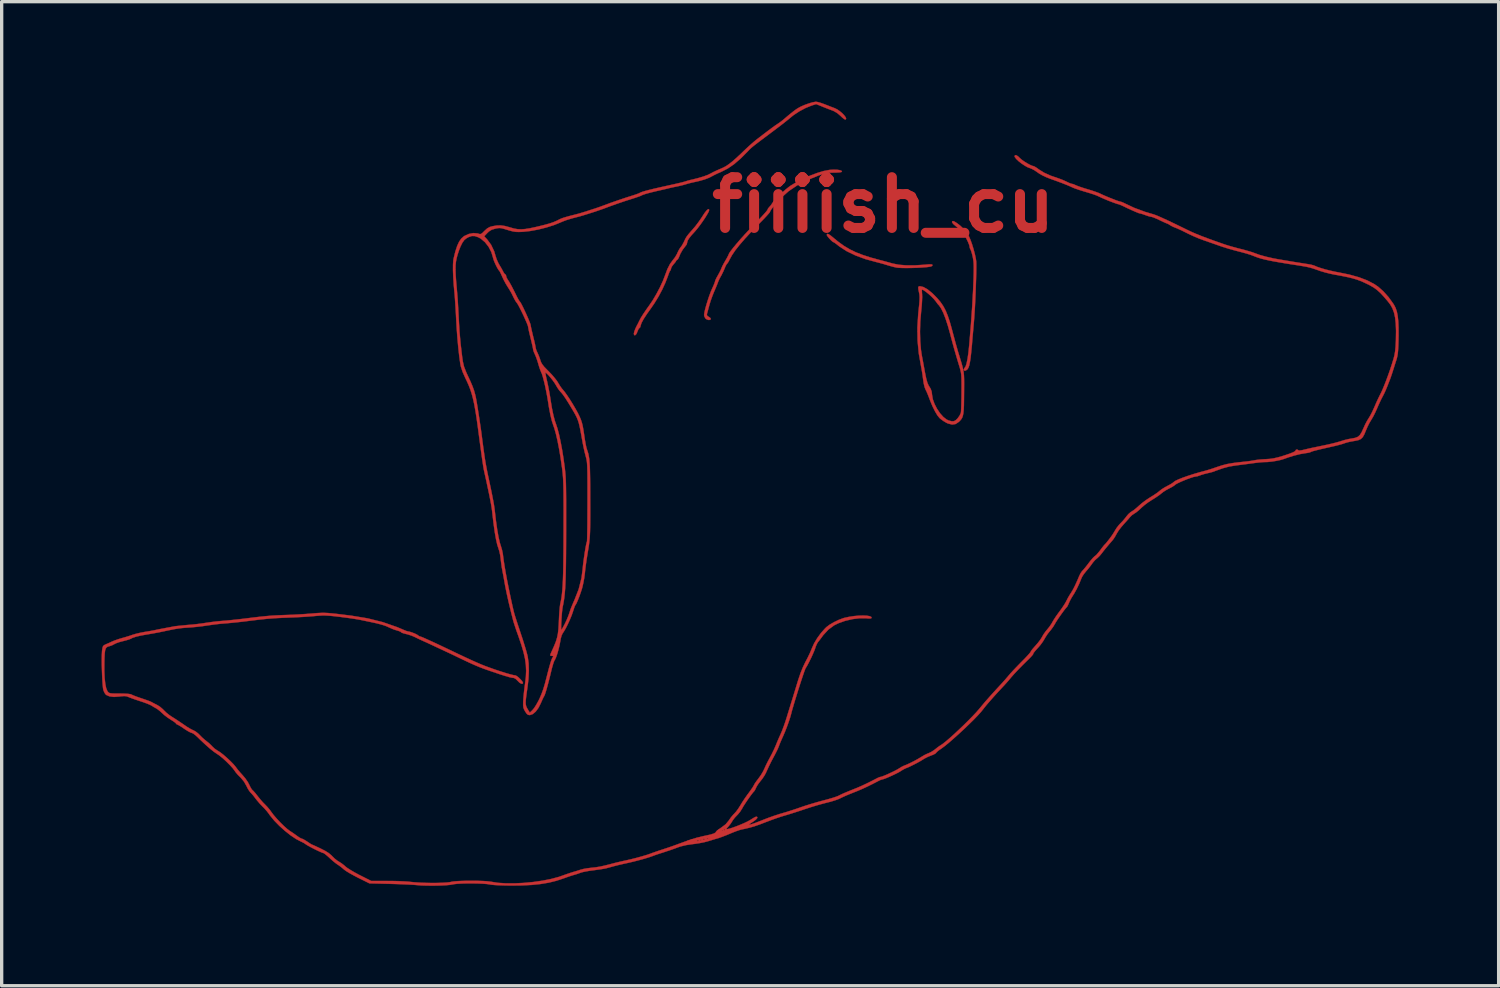
<source format=kicad_pcb>
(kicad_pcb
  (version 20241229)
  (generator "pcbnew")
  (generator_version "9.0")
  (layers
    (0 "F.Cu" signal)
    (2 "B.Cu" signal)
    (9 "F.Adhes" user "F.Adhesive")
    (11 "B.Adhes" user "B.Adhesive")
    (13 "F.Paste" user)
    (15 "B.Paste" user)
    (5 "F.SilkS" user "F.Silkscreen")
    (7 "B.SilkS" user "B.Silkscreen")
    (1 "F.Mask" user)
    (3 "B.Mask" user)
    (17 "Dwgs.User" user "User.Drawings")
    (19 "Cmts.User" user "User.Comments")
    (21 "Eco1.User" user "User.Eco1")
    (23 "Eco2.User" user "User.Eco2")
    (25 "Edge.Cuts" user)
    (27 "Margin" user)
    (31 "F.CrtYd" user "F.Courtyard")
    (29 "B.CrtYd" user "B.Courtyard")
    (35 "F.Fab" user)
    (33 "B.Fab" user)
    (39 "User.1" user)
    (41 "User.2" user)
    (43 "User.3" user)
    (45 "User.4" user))
  (footprint "fiiiish_cu"
    (layer "F.Cu")
    (at 23.473 3.104)
    (property "Reference" "fiiiish_cu" (at 0 0 0) (layer "F.Cu") (effects (font (size 1.524 1.524) (thickness 0.3))))
    (attr through_hole)
    (fp_poly (pts (xy -1.647 0.876) (xy -1.576 0.924) (xy -1.534 0.959) (xy -1.358 1.103) (xy -1.188 1.226) (xy -1.014 1.33) (xy -0.827 1.421) (xy -0.617 1.502) (xy -0.376 1.58) (xy -0.094 1.657) (xy -0.076 1.661) (xy 0.037 1.691) (xy 0.168 1.727) (xy 0.279 1.758) (xy 0.46 1.794) (xy 0.681 1.812) (xy 0.935 1.813) (xy 1.217 1.795) (xy 1.238 1.793) (xy 1.349 1.783) (xy 1.419 1.781) (xy 1.457 1.786) (xy 1.472 1.799) (xy 1.473 1.809) (xy 1.459 1.833) (xy 1.41 1.851) (xy 1.319 1.864) (xy 1.314 1.865) (xy 1.176 1.876) (xy 1.019 1.885) (xy 0.857 1.89) (xy 0.7 1.893) (xy 0.562 1.891) (xy 0.454 1.886) (xy 0.4 1.88) (xy 0.308 1.86) (xy 0.197 1.83) (xy 0.113 1.805) (xy -0.006 1.769) (xy -0.138 1.733) (xy -0.217 1.713) (xy -0.544 1.624) (xy -0.841 1.514) (xy -1.102 1.388) (xy -1.32 1.247) (xy -1.378 1.201) (xy -1.438 1.154) (xy -1.483 1.123) (xy -1.497 1.118) (xy -1.529 1.1) (xy -1.578 1.055) (xy -1.632 0.998) (xy -1.677 0.943) (xy -1.701 0.903) (xy -1.702 0.897) (xy -1.688 0.867) (xy -1.647 0.876)) (stroke (width 0.01) (type solid)) (fill yes) (layer "F.Cu"))
    (fp_poly (pts (xy 2.132 0.498) (xy 2.195 0.537) (xy 2.267 0.59) (xy 2.332 0.645) (xy 2.362 0.676) (xy 2.473 0.806) (xy 2.546 0.905) (xy 2.565 0.938) (xy 2.609 1.037) (xy 2.657 1.169) (xy 2.703 1.318) (xy 2.743 1.467) (xy 2.772 1.599) (xy 2.785 1.687) (xy 2.788 1.763) (xy 2.788 1.882) (xy 2.786 2.035) (xy 2.782 2.214) (xy 2.775 2.411) (xy 2.768 2.618) (xy 2.759 2.827) (xy 2.749 3.029) (xy 2.738 3.216) (xy 2.727 3.38) (xy 2.718 3.493) (xy 2.708 3.607) (xy 2.695 3.757) (xy 2.68 3.927) (xy 2.665 4.1) (xy 2.658 4.191) (xy 2.637 4.411) (xy 2.618 4.585) (xy 2.597 4.718) (xy 2.576 4.817) (xy 2.552 4.886) (xy 2.524 4.931) (xy 2.522 4.934) (xy 2.473 4.97) (xy 2.432 4.975) (xy 2.413 4.946) (xy 2.413 4.942) (xy 2.428 4.899) (xy 2.438 4.89) (xy 2.468 4.846) (xy 2.497 4.755) (xy 2.525 4.618) (xy 2.551 4.439) (xy 2.574 4.22) (xy 2.579 4.165) (xy 2.628 3.574) (xy 2.666 3.031) (xy 2.693 2.538) (xy 2.705 2.248) (xy 2.71 2.063) (xy 2.712 1.919) (xy 2.711 1.806) (xy 2.706 1.716) (xy 2.696 1.637) (xy 2.682 1.562) (xy 2.679 1.549) (xy 2.656 1.455) (xy 2.633 1.38) (xy 2.616 1.338) (xy 2.613 1.335) (xy 2.592 1.289) (xy 2.59 1.271) (xy 2.576 1.203) (xy 2.539 1.109) (xy 2.487 1.004) (xy 2.428 0.904) (xy 2.375 0.831) (xy 2.298 0.748) (xy 2.211 0.667) (xy 2.168 0.632) (xy 2.098 0.572) (xy 2.062 0.523) (xy 2.063 0.491) (xy 2.092 0.483) (xy 2.132 0.498)) (stroke (width 0.01) (type solid)) (fill yes) (layer "F.Cu"))
    (fp_poly (pts (xy -5.238 0.128) (xy -5.232 0.156) (xy -5.247 0.2) (xy -5.287 0.275) (xy -5.346 0.372) (xy -5.418 0.48) (xy -5.496 0.59) (xy -5.575 0.694) (xy -5.647 0.781) (xy -5.664 0.8) (xy -5.766 0.912) (xy -5.834 0.998) (xy -5.874 1.063) (xy -5.891 1.114) (xy -5.893 1.131) (xy -5.908 1.186) (xy -5.919 1.201) (xy -6.026 1.341) (xy -6.096 1.462) (xy -6.121 1.524) (xy -6.15 1.592) (xy -6.18 1.637) (xy -6.19 1.644) (xy -6.22 1.667) (xy -6.223 1.676) (xy -6.239 1.706) (xy -6.279 1.756) (xy -6.299 1.778) (xy -6.346 1.839) (xy -6.373 1.893) (xy -6.375 1.906) (xy -6.387 1.953) (xy -6.399 1.967) (xy -6.418 1.997) (xy -6.445 2.062) (xy -6.475 2.147) (xy -6.475 2.147) (xy -6.546 2.332) (xy -6.641 2.539) (xy -6.753 2.75) (xy -6.874 2.948) (xy -6.965 3.081) (xy -7.097 3.266) (xy -7.195 3.416) (xy -7.258 3.53) (xy -7.287 3.61) (xy -7.29 3.63) (xy -7.305 3.676) (xy -7.323 3.69) (xy -7.351 3.721) (xy -7.379 3.782) (xy -7.388 3.807) (xy -7.416 3.871) (xy -7.449 3.907) (xy -7.478 3.91) (xy -7.493 3.875) (xy -7.493 3.864) (xy -7.481 3.805) (xy -7.451 3.722) (xy -7.409 3.633) (xy -7.394 3.607) (xy -7.368 3.557) (xy -7.337 3.493) (xy -7.284 3.39) (xy -7.204 3.263) (xy -7.096 3.106) (xy -7.041 3.03) (xy -6.928 2.864) (xy -6.815 2.672) (xy -6.71 2.473) (xy -6.621 2.281) (xy -6.558 2.117) (xy -6.485 1.922) (xy -6.407 1.77) (xy -6.321 1.653) (xy -6.316 1.647) (xy -6.253 1.565) (xy -6.199 1.471) (xy -6.187 1.444) (xy -6.15 1.365) (xy -6.11 1.299) (xy -6.098 1.283) (xy -6.049 1.217) (xy -5.995 1.118) (xy -5.941 1.003) (xy -5.909 0.951) (xy -5.851 0.875) (xy -5.777 0.789) (xy -5.741 0.749) (xy -5.649 0.642) (xy -5.551 0.513) (xy -5.463 0.385) (xy -5.44 0.349) (xy -5.369 0.24) (xy -5.309 0.165) (xy -5.265 0.127) (xy -5.238 0.128)) (stroke (width 0.01) (type solid)) (fill yes) (layer "F.Cu"))
    (fp_poly (pts (xy -1.385 -1.057) (xy -1.302 -1.044) (xy -1.253 -1.022) (xy -1.245 -1.006) (xy -1.262 -0.989) (xy -1.318 -0.979) (xy -1.418 -0.973) (xy -1.48 -0.972) (xy -1.601 -0.969) (xy -1.699 -0.958) (xy -1.795 -0.935) (xy -1.91 -0.898) (xy -1.961 -0.88) (xy -2.301 -0.74) (xy -2.594 -0.586) (xy -2.844 -0.417) (xy -3.053 -0.231) (xy -3.074 -0.209) (xy -3.197 -0.074) (xy -3.294 0.039) (xy -3.362 0.126) (xy -3.399 0.185) (xy -3.404 0.203) (xy -3.421 0.23) (xy -3.468 0.285) (xy -3.54 0.364) (xy -3.63 0.459) (xy -3.711 0.541) (xy -3.951 0.788) (xy -4.154 1.007) (xy -4.319 1.198) (xy -4.451 1.365) (xy -4.549 1.511) (xy -4.614 1.629) (xy -4.65 1.7) (xy -4.682 1.75) (xy -4.694 1.762) (xy -4.718 1.794) (xy -4.749 1.857) (xy -4.766 1.899) (xy -4.808 1.997) (xy -4.86 2.102) (xy -4.879 2.136) (xy -4.922 2.215) (xy -4.955 2.287) (xy -4.965 2.314) (xy -4.984 2.364) (xy -5.017 2.446) (xy -5.059 2.546) (xy -5.079 2.591) (xy -5.132 2.722) (xy -5.185 2.869) (xy -5.227 3.005) (xy -5.231 3.023) (xy -5.259 3.126) (xy -5.282 3.213) (xy -5.298 3.271) (xy -5.301 3.282) (xy -5.292 3.327) (xy -5.248 3.356) (xy -5.2 3.389) (xy -5.182 3.42) (xy -5.201 3.448) (xy -5.247 3.453) (xy -5.302 3.437) (xy -5.343 3.408) (xy -5.376 3.347) (xy -5.385 3.301) (xy -5.376 3.235) (xy -5.353 3.133) (xy -5.319 3.008) (xy -5.277 2.871) (xy -5.232 2.735) (xy -5.186 2.612) (xy -5.144 2.513) (xy -5.141 2.507) (xy -5.1 2.417) (xy -5.07 2.342) (xy -5.055 2.296) (xy -5.055 2.291) (xy -5.042 2.253) (xy -5.011 2.186) (xy -4.968 2.11) (xy -4.921 2.024) (xy -4.883 1.948) (xy -4.864 1.902) (xy -4.843 1.851) (xy -4.803 1.773) (xy -4.752 1.683) (xy -4.747 1.675) (xy -4.7 1.593) (xy -4.665 1.527) (xy -4.649 1.491) (xy -4.648 1.489) (xy -4.631 1.449) (xy -4.582 1.378) (xy -4.506 1.28) (xy -4.406 1.16) (xy -4.288 1.023) (xy -4.154 0.874) (xy -4.008 0.718) (xy -3.856 0.558) (xy -3.787 0.487) (xy -3.686 0.383) (xy -3.6 0.29) (xy -3.532 0.214) (xy -3.491 0.162) (xy -3.48 0.142) (xy -3.462 0.102) (xy -3.426 0.061) (xy -3.372 -0.001) (xy -3.34 -0.051) (xy -3.3 -0.108) (xy -3.229 -0.187) (xy -3.139 -0.279) (xy -3.037 -0.375) (xy -2.935 -0.465) (xy -2.842 -0.54) (xy -2.793 -0.575) (xy -2.61 -0.685) (xy -2.407 -0.79) (xy -2.196 -0.883) (xy -1.988 -0.961) (xy -1.796 -1.019) (xy -1.631 -1.051) (xy -1.618 -1.053) (xy -1.494 -1.06) (xy -1.385 -1.057)) (stroke (width 0.01) (type solid)) (fill yes) (layer "F.Cu"))
    (fp_poly (pts (xy 1.2 2.463) (xy 1.32 2.53) (xy 1.454 2.637) (xy 1.49 2.671) (xy 1.611 2.794) (xy 1.711 2.911) (xy 1.794 3.032) (xy 1.866 3.166) (xy 1.93 3.321) (xy 1.992 3.506) (xy 2.055 3.731) (xy 2.069 3.785) (xy 2.112 3.945) (xy 2.156 4.109) (xy 2.198 4.26) (xy 2.234 4.385) (xy 2.248 4.432) (xy 2.301 4.606) (xy 2.343 4.743) (xy 2.373 4.853) (xy 2.395 4.946) (xy 2.41 5.033) (xy 2.418 5.124) (xy 2.422 5.228) (xy 2.423 5.356) (xy 2.422 5.518) (xy 2.421 5.643) (xy 2.419 5.855) (xy 2.416 6.023) (xy 2.41 6.154) (xy 2.4 6.254) (xy 2.384 6.33) (xy 2.363 6.389) (xy 2.333 6.437) (xy 2.295 6.481) (xy 2.263 6.512) (xy 2.168 6.576) (xy 2.062 6.592) (xy 1.94 6.561) (xy 1.893 6.54) (xy 1.803 6.487) (xy 1.718 6.425) (xy 1.686 6.397) (xy 1.622 6.319) (xy 1.552 6.201) (xy 1.478 6.054) (xy 1.408 5.889) (xy 1.372 5.792) (xy 1.333 5.692) (xy 1.293 5.598) (xy 1.264 5.54) (xy 1.235 5.465) (xy 1.21 5.359) (xy 1.193 5.247) (xy 1.176 5.115) (xy 1.153 4.97) (xy 1.131 4.851) (xy 1.062 4.462) (xy 1.025 4.077) (xy 1.021 3.804) (xy 1.098 3.804) (xy 1.105 4.088) (xy 1.127 4.349) (xy 1.153 4.521) (xy 1.173 4.625) (xy 1.198 4.759) (xy 1.225 4.907) (xy 1.247 5.029) (xy 1.284 5.209) (xy 1.32 5.338) (xy 1.355 5.417) (xy 1.359 5.423) (xy 1.418 5.518) (xy 1.449 5.605) (xy 1.46 5.702) (xy 1.483 5.834) (xy 1.535 5.976) (xy 1.609 6.119) (xy 1.698 6.251) (xy 1.796 6.362) (xy 1.895 6.44) (xy 1.956 6.469) (xy 2.051 6.494) (xy 2.118 6.491) (xy 2.176 6.458) (xy 2.227 6.407) (xy 2.28 6.334) (xy 2.318 6.26) (xy 2.326 6.233) (xy 2.331 6.185) (xy 2.335 6.095) (xy 2.339 5.971) (xy 2.342 5.823) (xy 2.344 5.66) (xy 2.344 5.611) (xy 2.345 5.426) (xy 2.344 5.282) (xy 2.341 5.172) (xy 2.335 5.087) (xy 2.325 5.017) (xy 2.311 4.954) (xy 2.293 4.889) (xy 2.225 4.665) (xy 2.169 4.474) (xy 2.12 4.304) (xy 2.075 4.141) (xy 2.029 3.97) (xy 2.004 3.873) (xy 1.935 3.627) (xy 1.866 3.415) (xy 1.798 3.24) (xy 1.732 3.106) (xy 1.671 3.017) (xy 1.651 2.997) (xy 1.628 2.97) (xy 1.589 2.917) (xy 1.575 2.897) (xy 1.518 2.827) (xy 1.442 2.749) (xy 1.358 2.673) (xy 1.275 2.606) (xy 1.206 2.559) (xy 1.159 2.54) (xy 1.157 2.54) (xy 1.154 2.563) (xy 1.156 2.622) (xy 1.161 2.687) (xy 1.163 2.765) (xy 1.159 2.88) (xy 1.15 3.019) (xy 1.136 3.168) (xy 1.13 3.227) (xy 1.106 3.512) (xy 1.098 3.804) (xy 1.021 3.804) (xy 1.019 3.683) (xy 1.045 3.266) (xy 1.058 3.141) (xy 1.075 2.979) (xy 1.084 2.857) (xy 1.086 2.765) (xy 1.081 2.693) (xy 1.071 2.637) (xy 1.05 2.538) (xy 1.044 2.479) (xy 1.055 2.449) (xy 1.084 2.44) (xy 1.099 2.439) (xy 1.2 2.463)) (stroke (width 0.01) (type solid)) (fill yes) (layer "F.Cu"))
    (fp_poly (pts (xy -1.966 -3.089) (xy -1.879 -3.064) (xy -1.781 -3.029) (xy -1.77 -3.025) (xy -1.661 -2.982) (xy -1.551 -2.939) (xy -1.465 -2.907) (xy -1.389 -2.87) (xy -1.312 -2.817) (xy -1.239 -2.756) (xy -1.178 -2.693) (xy -1.136 -2.636) (xy -1.119 -2.592) (xy -1.133 -2.568) (xy -1.15 -2.565) (xy -1.183 -2.583) (xy -1.238 -2.627) (xy -1.289 -2.676) (xy -1.384 -2.757) (xy -1.487 -2.818) (xy -1.517 -2.831) (xy -1.602 -2.863) (xy -1.711 -2.905) (xy -1.822 -2.949) (xy -1.828 -2.952) (xy -2.019 -3.029) (xy -2.159 -2.984) (xy -2.336 -2.913) (xy -2.52 -2.815) (xy -2.688 -2.705) (xy -2.737 -2.667) (xy -2.856 -2.569) (xy -2.966 -2.481) (xy -3.08 -2.392) (xy -3.209 -2.294) (xy -3.365 -2.177) (xy -3.391 -2.157) (xy -3.558 -2.032) (xy -3.69 -1.933) (xy -3.791 -1.856) (xy -3.869 -1.796) (xy -3.927 -1.75) (xy -3.971 -1.712) (xy -4.007 -1.679) (xy -4.039 -1.646) (xy -4.074 -1.609) (xy -4.077 -1.606) (xy -4.287 -1.395) (xy -4.483 -1.226) (xy -4.671 -1.097) (xy -4.856 -1.002) (xy -4.857 -1.001) (xy -4.958 -0.957) (xy -5.048 -0.915) (xy -5.11 -0.883) (xy -5.124 -0.875) (xy -5.228 -0.821) (xy -5.368 -0.767) (xy -5.53 -0.721) (xy -5.633 -0.697) (xy -5.744 -0.673) (xy -5.849 -0.647) (xy -5.927 -0.624) (xy -5.931 -0.623) (xy -6.014 -0.599) (xy -6.119 -0.573) (xy -6.185 -0.559) (xy -6.288 -0.538) (xy -6.389 -0.516) (xy -6.439 -0.504) (xy -6.508 -0.487) (xy -6.61 -0.463) (xy -6.729 -0.436) (xy -6.795 -0.421) (xy -6.979 -0.377) (xy -7.123 -0.338) (xy -7.224 -0.305) (xy -7.277 -0.28) (xy -7.311 -0.265) (xy -7.382 -0.24) (xy -7.477 -0.208) (xy -7.531 -0.191) (xy -7.765 -0.116) (xy -8.009 -0.033) (xy -8.241 0.05) (xy -8.344 0.089) (xy -8.445 0.126) (xy -8.575 0.171) (xy -8.722 0.22) (xy -8.87 0.267) (xy -9.005 0.309) (xy -9.114 0.341) (xy -9.157 0.352) (xy -9.356 0.404) (xy -9.513 0.452) (xy -9.638 0.499) (xy -9.69 0.522) (xy -9.89 0.603) (xy -10.121 0.676) (xy -10.367 0.738) (xy -10.609 0.782) (xy -10.82 0.805) (xy -10.944 0.81) (xy -11.039 0.807) (xy -11.127 0.793) (xy -11.23 0.766) (xy -11.286 0.749) (xy -11.395 0.716) (xy -11.472 0.697) (xy -11.533 0.692) (xy -11.594 0.698) (xy -11.654 0.711) (xy -11.761 0.743) (xy -11.843 0.794) (xy -11.892 0.841) (xy -11.986 0.94) (xy -11.897 1.035) (xy -11.778 1.196) (xy -11.687 1.389) (xy -11.649 1.517) (xy -11.614 1.627) (xy -11.563 1.741) (xy -11.535 1.791) (xy -11.483 1.877) (xy -11.437 1.96) (xy -11.417 2) (xy -11.385 2.055) (xy -11.357 2.082) (xy -11.353 2.083) (xy -11.333 2.104) (xy -11.328 2.13) (xy -11.313 2.184) (xy -11.282 2.238) (xy -11.234 2.31) (xy -11.171 2.422) (xy -11.091 2.577) (xy -11.022 2.717) (xy -10.979 2.802) (xy -10.939 2.87) (xy -10.911 2.907) (xy -10.911 2.907) (xy -10.888 2.94) (xy -10.851 3.009) (xy -10.804 3.104) (xy -10.753 3.213) (xy -10.701 3.327) (xy -10.655 3.434) (xy -10.618 3.525) (xy -10.596 3.587) (xy -10.592 3.607) (xy -10.586 3.645) (xy -10.57 3.722) (xy -10.546 3.826) (xy -10.517 3.946) (xy -10.516 3.95) (xy -10.486 4.07) (xy -10.462 4.175) (xy -10.446 4.253) (xy -10.44 4.293) (xy -10.44 4.294) (xy -10.428 4.34) (xy -10.401 4.407) (xy -10.389 4.431) (xy -10.351 4.517) (xy -10.313 4.619) (xy -10.301 4.659) (xy -10.277 4.725) (xy -10.241 4.787) (xy -10.186 4.857) (xy -10.103 4.943) (xy -10.052 4.994) (xy -9.957 5.093) (xy -9.869 5.196) (xy -9.799 5.287) (xy -9.768 5.337) (xy -9.714 5.426) (xy -9.656 5.509) (xy -9.622 5.549) (xy -9.566 5.617) (xy -9.494 5.718) (xy -9.411 5.843) (xy -9.326 5.98) (xy -9.245 6.118) (xy -9.175 6.245) (xy -9.124 6.35) (xy -9.086 6.438) (xy -9.057 6.523) (xy -9.033 6.616) (xy -9.011 6.731) (xy -8.988 6.879) (xy -8.979 6.945) (xy -8.959 7.073) (xy -8.938 7.191) (xy -8.918 7.286) (xy -8.902 7.338) (xy -8.88 7.403) (xy -8.86 7.469) (xy -8.845 7.543) (xy -8.832 7.629) (xy -8.823 7.732) (xy -8.815 7.858) (xy -8.81 8.012) (xy -8.806 8.199) (xy -8.804 8.424) (xy -8.803 8.693) (xy -8.803 8.814) (xy -8.802 9.089) (xy -8.802 9.32) (xy -8.803 9.512) (xy -8.805 9.673) (xy -8.808 9.808) (xy -8.814 9.923) (xy -8.821 10.026) (xy -8.831 10.122) (xy -8.843 10.218) (xy -8.859 10.32) (xy -8.878 10.434) (xy -8.885 10.477) (xy -8.91 10.632) (xy -8.934 10.801) (xy -8.954 10.962) (xy -8.963 11.049) (xy -8.981 11.19) (xy -9.008 11.339) (xy -9.038 11.472) (xy -9.051 11.519) (xy -9.089 11.637) (xy -9.131 11.755) (xy -9.174 11.863) (xy -9.211 11.949) (xy -9.24 12.003) (xy -9.25 12.014) (xy -9.265 12.043) (xy -9.289 12.108) (xy -9.317 12.194) (xy -9.32 12.205) (xy -9.361 12.322) (xy -9.416 12.455) (xy -9.478 12.59) (xy -9.54 12.713) (xy -9.597 12.811) (xy -9.626 12.852) (xy -9.66 12.92) (xy -9.689 13.021) (xy -9.7 13.087) (xy -9.721 13.203) (xy -9.751 13.329) (xy -9.785 13.452) (xy -9.821 13.56) (xy -9.854 13.638) (xy -9.872 13.667) (xy -9.892 13.708) (xy -9.918 13.786) (xy -9.948 13.889) (xy -9.972 13.985) (xy -10.018 14.177) (xy -10.063 14.351) (xy -10.104 14.502) (xy -10.139 14.622) (xy -10.167 14.706) (xy -10.186 14.746) (xy -10.207 14.782) (xy -10.24 14.852) (xy -10.279 14.941) (xy -10.287 14.96) (xy -10.358 15.1) (xy -10.44 15.21) (xy -10.527 15.284) (xy -10.613 15.315) (xy -10.622 15.315) (xy -10.671 15.306) (xy -10.713 15.27) (xy -10.758 15.203) (xy -10.791 15.141) (xy -10.81 15.085) (xy -10.817 15.019) (xy -10.816 14.926) (xy -10.814 14.879) (xy -10.805 14.764) (xy -10.791 14.62) (xy -10.773 14.468) (xy -10.758 14.364) (xy -10.735 14.169) (xy -10.727 13.987) (xy -10.735 13.81) (xy -10.76 13.627) (xy -10.805 13.429) (xy -10.87 13.207) (xy -10.957 12.951) (xy -10.974 12.903) (xy -11.02 12.776) (xy -11.061 12.652) (xy -11.095 12.547) (xy -11.114 12.484) (xy -11.185 12.205) (xy -11.251 11.93) (xy -11.309 11.67) (xy -11.356 11.438) (xy -11.378 11.316) (xy -11.397 11.206) (xy -11.421 11.079) (xy -11.439 10.986) (xy -11.461 10.862) (xy -11.48 10.722) (xy -11.492 10.617) (xy -11.508 10.504) (xy -11.532 10.394) (xy -11.558 10.312) (xy -11.595 10.197) (xy -11.632 10.032) (xy -11.67 9.816) (xy -11.707 9.55) (xy -11.744 9.235) (xy -11.748 9.195) (xy -11.761 9.096) (xy -11.781 8.975) (xy -11.802 8.865) (xy -11.841 8.67) (xy -11.883 8.473) (xy -11.922 8.288) (xy -11.957 8.129) (xy -11.979 8.034) (xy -11.994 7.962) (xy -12.012 7.864) (xy -12.032 7.736) (xy -12.055 7.575) (xy -12.083 7.374) (xy -12.116 7.131) (xy -12.142 6.934) (xy -12.182 6.634) (xy -12.218 6.378) (xy -12.253 6.16) (xy -12.287 5.974) (xy -12.323 5.813) (xy -12.361 5.67) (xy -12.403 5.54) (xy -12.451 5.416) (xy -12.506 5.292) (xy -12.551 5.199) (xy -12.634 5.012) (xy -12.688 4.847) (xy -12.702 4.78) (xy -12.733 4.56) (xy -12.762 4.301) (xy -12.789 4.015) (xy -12.811 3.713) (xy -12.828 3.416) (xy -12.837 3.241) (xy -12.847 3.064) (xy -12.858 2.9) (xy -12.868 2.761) (xy -12.876 2.667) (xy -12.9 2.404) (xy -12.915 2.165) (xy -12.923 1.958) (xy -12.923 1.947) (xy -12.847 1.947) (xy -12.842 2.102) (xy -12.829 2.288) (xy -12.809 2.514) (xy -12.801 2.603) (xy -12.792 2.711) (xy -12.781 2.856) (xy -12.771 3.025) (xy -12.761 3.206) (xy -12.752 3.378) (xy -12.729 3.779) (xy -12.695 4.159) (xy -12.649 4.549) (xy -12.627 4.701) (xy -12.593 4.849) (xy -12.525 5.025) (xy -12.475 5.133) (xy -12.396 5.303) (xy -12.337 5.442) (xy -12.292 5.567) (xy -12.258 5.689) (xy -12.242 5.753) (xy -12.229 5.823) (xy -12.209 5.933) (xy -12.186 6.072) (xy -12.161 6.232) (xy -12.135 6.4) (xy -12.11 6.568) (xy -12.087 6.724) (xy -12.068 6.859) (xy -12.065 6.883) (xy -12.035 7.119) (xy -12.009 7.313) (xy -11.986 7.474) (xy -11.966 7.612) (xy -11.946 7.735) (xy -11.925 7.852) (xy -11.902 7.972) (xy -11.875 8.104) (xy -11.842 8.257) (xy -11.837 8.28) (xy -11.786 8.521) (xy -11.746 8.719) (xy -11.715 8.879) (xy -11.692 9.006) (xy -11.677 9.108) (xy -11.671 9.157) (xy -11.634 9.475) (xy -11.596 9.745) (xy -11.557 9.966) (xy -11.517 10.14) (xy -11.482 10.252) (xy -11.452 10.352) (xy -11.427 10.471) (xy -11.418 10.544) (xy -11.402 10.666) (xy -11.377 10.828) (xy -11.344 11.022) (xy -11.304 11.24) (xy -11.258 11.471) (xy -11.209 11.709) (xy -11.185 11.824) (xy -11.156 11.956) (xy -11.133 12.061) (xy -11.112 12.149) (xy -11.093 12.227) (xy -11.071 12.306) (xy -11.044 12.393) (xy -11.01 12.499) (xy -10.967 12.631) (xy -10.911 12.799) (xy -10.884 12.88) (xy -10.83 13.043) (xy -10.78 13.203) (xy -10.736 13.347) (xy -10.703 13.466) (xy -10.682 13.549) (xy -10.681 13.553) (xy -10.653 13.752) (xy -10.646 13.986) (xy -10.658 14.242) (xy -10.683 14.453) (xy -10.709 14.633) (xy -10.727 14.771) (xy -10.738 14.875) (xy -10.741 14.952) (xy -10.735 15.011) (xy -10.722 15.059) (xy -10.7 15.105) (xy -10.67 15.156) (xy -10.668 15.158) (xy -10.617 15.242) (xy -10.531 15.158) (xy -10.484 15.1) (xy -10.426 15.009) (xy -10.365 14.9) (xy -10.327 14.825) (xy -10.268 14.688) (xy -10.213 14.538) (xy -10.16 14.362) (xy -10.105 14.148) (xy -10.099 14.125) (xy -10.061 13.976) (xy -10.024 13.84) (xy -9.99 13.726) (xy -9.962 13.644) (xy -9.945 13.607) (xy -9.916 13.56) (xy -9.918 13.541) (xy -9.951 13.538) (xy -9.954 13.538) (xy -9.991 13.535) (xy -10.004 13.518) (xy -9.993 13.477) (xy -9.959 13.401) (xy -9.959 13.4) (xy -9.888 13.243) (xy -9.835 13.111) (xy -9.798 12.99) (xy -9.773 12.867) (xy -9.757 12.727) (xy -9.746 12.557) (xy -9.743 12.471) (xy -9.736 12.326) (xy -9.727 12.191) (xy -9.717 12.077) (xy -9.707 11.998) (xy -9.703 11.976) (xy -9.684 11.888) (xy -9.667 11.794) (xy -9.653 11.688) (xy -9.641 11.568) (xy -9.631 11.428) (xy -9.623 11.265) (xy -9.616 11.074) (xy -9.611 10.851) (xy -9.608 10.592) (xy -9.605 10.292) (xy -9.604 9.948) (xy -9.603 9.779) (xy -9.603 9.46) (xy -9.602 9.186) (xy -9.603 8.954) (xy -9.604 8.757) (xy -9.605 8.591) (xy -9.608 8.452) (xy -9.612 8.334) (xy -9.616 8.232) (xy -9.623 8.141) (xy -9.63 8.057) (xy -9.639 7.974) (xy -9.65 7.887) (xy -9.654 7.861) (xy -9.694 7.582) (xy -9.738 7.32) (xy -9.784 7.084) (xy -9.831 6.88) (xy -9.877 6.715) (xy -9.907 6.629) (xy -9.954 6.485) (xy -9.999 6.302) (xy -10.042 6.076) (xy -10.071 5.892) (xy -10.096 5.742) (xy -10.126 5.583) (xy -10.159 5.425) (xy -10.194 5.28) (xy -10.227 5.156) (xy -10.256 5.063) (xy -10.269 5.034) (xy -10.148 5.034) (xy -10.146 5.061) (xy -10.135 5.126) (xy -10.115 5.22) (xy -10.097 5.296) (xy -10.067 5.435) (xy -10.035 5.599) (xy -10.007 5.762) (xy -9.995 5.842) (xy -9.953 6.1) (xy -9.909 6.313) (xy -9.864 6.483) (xy -9.83 6.579) (xy -9.786 6.713) (xy -9.739 6.891) (xy -9.693 7.106) (xy -9.647 7.351) (xy -9.604 7.619) (xy -9.578 7.811) (xy -9.566 7.897) (xy -9.557 7.98) (xy -9.549 8.062) (xy -9.542 8.15) (xy -9.537 8.247) (xy -9.533 8.359) (xy -9.53 8.49) (xy -9.528 8.645) (xy -9.526 8.83) (xy -9.526 9.048) (xy -9.526 9.306) (xy -9.526 9.606) (xy -9.526 9.779) (xy -9.527 10.146) (xy -9.529 10.467) (xy -9.532 10.745) (xy -9.536 10.986) (xy -9.541 11.193) (xy -9.548 11.371) (xy -9.556 11.525) (xy -9.567 11.658) (xy -9.579 11.775) (xy -9.594 11.88) (xy -9.611 11.977) (xy -9.628 12.057) (xy -9.639 12.124) (xy -9.65 12.218) (xy -9.659 12.329) (xy -9.667 12.446) (xy -9.673 12.557) (xy -9.676 12.652) (xy -9.675 12.72) (xy -9.67 12.75) (xy -9.669 12.751) (xy -9.651 12.73) (xy -9.617 12.673) (xy -9.574 12.592) (xy -9.555 12.554) (xy -9.504 12.445) (xy -9.459 12.334) (xy -9.427 12.243) (xy -9.423 12.23) (xy -9.398 12.151) (xy -9.356 12.044) (xy -9.306 11.926) (xy -9.277 11.862) (xy -9.15 11.537) (xy -9.065 11.199) (xy -9.031 10.935) (xy -9.021 10.83) (xy -9.006 10.704) (xy -8.987 10.568) (xy -8.967 10.433) (xy -8.946 10.308) (xy -8.927 10.205) (xy -8.911 10.134) (xy -8.901 10.107) (xy -8.898 10.077) (xy -8.895 10.002) (xy -8.893 9.887) (xy -8.89 9.736) (xy -8.888 9.554) (xy -8.887 9.348) (xy -8.886 9.121) (xy -8.885 8.909) (xy -8.885 8.633) (xy -8.885 8.403) (xy -8.886 8.213) (xy -8.887 8.059) (xy -8.89 7.936) (xy -8.893 7.838) (xy -8.898 7.76) (xy -8.904 7.699) (xy -8.913 7.647) (xy -8.923 7.601) (xy -8.935 7.555) (xy -8.938 7.544) (xy -8.97 7.421) (xy -9.002 7.277) (xy -9.029 7.144) (xy -9.03 7.137) (xy -9.066 6.935) (xy -9.095 6.774) (xy -9.122 6.646) (xy -9.147 6.543) (xy -9.175 6.457) (xy -9.207 6.379) (xy -9.246 6.301) (xy -9.295 6.214) (xy -9.342 6.134) (xy -9.454 5.948) (xy -9.546 5.803) (xy -9.619 5.698) (xy -9.675 5.628) (xy -9.692 5.612) (xy -9.74 5.555) (xy -9.795 5.474) (xy -9.832 5.409) (xy -9.874 5.342) (xy -9.93 5.263) (xy -9.993 5.184) (xy -10.054 5.113) (xy -10.106 5.06) (xy -10.14 5.034) (xy -10.148 5.034) (xy -10.269 5.034) (xy -10.277 5.016) (xy -10.298 4.968) (xy -10.327 4.887) (xy -10.357 4.789) (xy -10.36 4.775) (xy -10.394 4.666) (xy -10.431 4.563) (xy -10.463 4.486) (xy -10.464 4.484) (xy -10.496 4.413) (xy -10.514 4.357) (xy -10.516 4.344) (xy -10.522 4.306) (xy -10.538 4.229) (xy -10.562 4.125) (xy -10.591 4.004) (xy -10.592 4) (xy -10.621 3.88) (xy -10.645 3.776) (xy -10.661 3.698) (xy -10.667 3.658) (xy -10.667 3.658) (xy -10.678 3.616) (xy -10.708 3.541) (xy -10.751 3.441) (xy -10.802 3.328) (xy -10.857 3.213) (xy -10.911 3.105) (xy -10.958 3.015) (xy -10.994 2.955) (xy -11.007 2.938) (xy -11.043 2.889) (xy -11.086 2.812) (xy -11.116 2.751) (xy -11.165 2.651) (xy -11.229 2.54) (xy -11.276 2.466) (xy -11.341 2.36) (xy -11.406 2.238) (xy -11.443 2.158) (xy -11.48 2.074) (xy -11.511 2.011) (xy -11.529 1.981) (xy -11.529 1.981) (xy -11.561 1.943) (xy -11.602 1.872) (xy -11.646 1.784) (xy -11.686 1.693) (xy -11.713 1.616) (xy -11.72 1.587) (xy -11.771 1.416) (xy -11.854 1.256) (xy -11.962 1.117) (xy -12.087 1.011) (xy -12.166 0.968) (xy -12.27 0.933) (xy -12.359 0.932) (xy -12.454 0.964) (xy -12.516 0.998) (xy -12.583 1.052) (xy -12.643 1.136) (xy -12.702 1.257) (xy -12.748 1.377) (xy -12.785 1.49) (xy -12.814 1.596) (xy -12.834 1.703) (xy -12.845 1.817) (xy -12.847 1.947) (xy -12.923 1.947) (xy -12.922 1.786) (xy -12.913 1.656) (xy -12.904 1.606) (xy -12.852 1.395) (xy -12.797 1.228) (xy -12.738 1.1) (xy -12.671 1.006) (xy -12.593 0.938) (xy -12.579 0.93) (xy -12.447 0.87) (xy -12.311 0.844) (xy -12.188 0.854) (xy -12.165 0.86) (xy -12.118 0.874) (xy -12.081 0.869) (xy -12.04 0.84) (xy -11.98 0.78) (xy -11.978 0.778) (xy -11.896 0.704) (xy -11.816 0.66) (xy -11.738 0.638) (xy -11.607 0.616) (xy -11.49 0.613) (xy -11.369 0.63) (xy -11.223 0.669) (xy -11.201 0.676) (xy -11.089 0.708) (xy -10.984 0.726) (xy -10.876 0.731) (xy -10.756 0.722) (xy -10.612 0.699) (xy -10.435 0.661) (xy -10.338 0.638) (xy -10.161 0.594) (xy -10.022 0.555) (xy -9.908 0.516) (xy -9.809 0.474) (xy -9.728 0.433) (xy -9.681 0.411) (xy -9.62 0.388) (xy -9.539 0.363) (xy -9.428 0.332) (xy -9.279 0.294) (xy -9.22 0.279) (xy -9.134 0.256) (xy -9.013 0.219) (xy -8.872 0.175) (xy -8.724 0.127) (xy -8.584 0.081) (xy -8.465 0.039) (xy -8.395 0.013) (xy -8.188 -0.064) (xy -7.955 -0.145) (xy -7.718 -0.224) (xy -7.582 -0.267) (xy -7.479 -0.3) (xy -7.395 -0.329) (xy -7.34 -0.35) (xy -7.328 -0.356) (xy -7.295 -0.374) (xy -7.239 -0.395) (xy -7.156 -0.42) (xy -7.043 -0.45) (xy -6.896 -0.486) (xy -6.709 -0.529) (xy -6.48 -0.58) (xy -6.29 -0.622) (xy -6.171 -0.649) (xy -6.064 -0.675) (xy -5.983 -0.696) (xy -5.947 -0.707) (xy -5.884 -0.727) (xy -5.795 -0.751) (xy -5.74 -0.763) (xy -5.568 -0.806) (xy -5.409 -0.853) (xy -5.277 -0.901) (xy -5.184 -0.947) (xy -5.182 -0.948) (xy -5.115 -0.984) (xy -5.019 -1.03) (xy -4.914 -1.076) (xy -4.896 -1.083) (xy -4.805 -1.124) (xy -4.719 -1.171) (xy -4.631 -1.231) (xy -4.534 -1.308) (xy -4.42 -1.408) (xy -4.282 -1.536) (xy -4.192 -1.623) (xy -4.087 -1.722) (xy -3.979 -1.82) (xy -3.881 -1.905) (xy -3.819 -1.956) (xy -3.625 -2.105) (xy -3.469 -2.224) (xy -3.347 -2.315) (xy -3.256 -2.381) (xy -3.194 -2.422) (xy -3.189 -2.426) (xy -3.119 -2.473) (xy -3.037 -2.535) (xy -3 -2.565) (xy -2.878 -2.669) (xy -2.785 -2.745) (xy -2.715 -2.801) (xy -2.66 -2.843) (xy -2.61 -2.878) (xy -2.57 -2.904) (xy -2.481 -2.953) (xy -2.368 -3.002) (xy -2.247 -3.046) (xy -2.134 -3.08) (xy -2.045 -3.097) (xy -2.024 -3.099) (xy -1.966 -3.089)) (stroke (width 0.01) (type solid)) (fill yes) (layer "F.Cu"))
    (fp_poly (pts (xy 3.992 -1.492) (xy 4.047 -1.456) (xy 4.087 -1.416) (xy 4.142 -1.366) (xy 4.222 -1.309) (xy 4.313 -1.252) (xy 4.4 -1.205) (xy 4.471 -1.174) (xy 4.501 -1.168) (xy 4.537 -1.154) (xy 4.599 -1.116) (xy 4.671 -1.064) (xy 4.825 -0.968) (xy 5.025 -0.878) (xy 5.258 -0.798) (xy 5.351 -0.764) (xy 5.455 -0.719) (xy 5.497 -0.699) (xy 5.573 -0.663) (xy 5.634 -0.64) (xy 5.657 -0.635) (xy 5.703 -0.624) (xy 5.765 -0.597) (xy 5.77 -0.595) (xy 5.825 -0.572) (xy 5.916 -0.539) (xy 6.029 -0.502) (xy 6.132 -0.471) (xy 6.254 -0.434) (xy 6.366 -0.396) (xy 6.454 -0.364) (xy 6.5 -0.344) (xy 6.571 -0.31) (xy 6.667 -0.268) (xy 6.775 -0.223) (xy 6.884 -0.179) (xy 6.983 -0.141) (xy 7.061 -0.114) (xy 7.104 -0.102) (xy 7.107 -0.102) (xy 7.151 -0.09) (xy 7.217 -0.062) (xy 7.236 -0.052) (xy 7.529 0.086) (xy 7.859 0.208) (xy 8.1 0.279) (xy 8.163 0.3) (xy 8.257 0.338) (xy 8.383 0.394) (xy 8.545 0.469) (xy 8.745 0.564) (xy 8.986 0.681) (xy 9.131 0.752) (xy 9.256 0.811) (xy 9.392 0.87) (xy 9.548 0.933) (xy 9.73 1.002) (xy 9.945 1.08) (xy 10.2 1.169) (xy 10.249 1.186) (xy 10.349 1.218) (xy 10.48 1.256) (xy 10.622 1.295) (xy 10.721 1.32) (xy 10.852 1.354) (xy 10.977 1.39) (xy 11.082 1.422) (xy 11.141 1.444) (xy 11.297 1.5) (xy 11.491 1.554) (xy 11.711 1.604) (xy 11.887 1.636) (xy 12.12 1.675) (xy 12.335 1.711) (xy 12.524 1.741) (xy 12.678 1.766) (xy 12.755 1.777) (xy 12.844 1.794) (xy 12.918 1.814) (xy 12.949 1.826) (xy 13.026 1.859) (xy 13.139 1.897) (xy 13.276 1.937) (xy 13.424 1.974) (xy 13.57 2.006) (xy 13.64 2.019) (xy 13.979 2.088) (xy 14.272 2.169) (xy 14.521 2.263) (xy 14.731 2.372) (xy 14.854 2.455) (xy 15.008 2.592) (xy 15.161 2.762) (xy 15.299 2.952) (xy 15.331 3.002) (xy 15.378 3.094) (xy 15.414 3.202) (xy 15.44 3.332) (xy 15.457 3.49) (xy 15.465 3.684) (xy 15.466 3.918) (xy 15.464 4.051) (xy 15.459 4.223) (xy 15.452 4.355) (xy 15.443 4.457) (xy 15.429 4.541) (xy 15.41 4.618) (xy 15.397 4.661) (xy 15.358 4.781) (xy 15.317 4.913) (xy 15.288 5.004) (xy 15.258 5.096) (xy 15.231 5.175) (xy 15.215 5.22) (xy 15.196 5.268) (xy 15.165 5.347) (xy 15.129 5.441) (xy 15.126 5.448) (xy 15.08 5.559) (xy 15.028 5.672) (xy 14.986 5.753) (xy 14.943 5.836) (xy 14.891 5.946) (xy 14.838 6.065) (xy 14.821 6.106) (xy 14.769 6.222) (xy 14.712 6.337) (xy 14.659 6.43) (xy 14.644 6.454) (xy 14.591 6.542) (xy 14.535 6.654) (xy 14.489 6.762) (xy 14.437 6.887) (xy 14.389 6.972) (xy 14.332 7.027) (xy 14.258 7.06) (xy 14.155 7.082) (xy 14.128 7.086) (xy 14.021 7.105) (xy 13.921 7.128) (xy 13.852 7.15) (xy 13.786 7.173) (xy 13.687 7.201) (xy 13.573 7.23) (xy 13.529 7.24) (xy 13.309 7.29) (xy 13.135 7.33) (xy 13.003 7.362) (xy 12.911 7.386) (xy 12.854 7.404) (xy 12.828 7.416) (xy 12.827 7.417) (xy 12.797 7.43) (xy 12.731 7.443) (xy 12.662 7.453) (xy 12.51 7.479) (xy 12.332 7.523) (xy 12.147 7.58) (xy 12.027 7.624) (xy 11.927 7.654) (xy 11.796 7.682) (xy 11.656 7.704) (xy 11.526 7.717) (xy 11.438 7.719) (xy 11.384 7.721) (xy 11.293 7.729) (xy 11.18 7.742) (xy 11.087 7.754) (xy 10.939 7.774) (xy 10.777 7.795) (xy 10.627 7.814) (xy 10.566 7.822) (xy 10.382 7.852) (xy 10.193 7.903) (xy 9.983 7.977) (xy 9.919 8.002) (xy 9.866 8.019) (xy 9.785 8.04) (xy 9.728 8.053) (xy 9.632 8.077) (xy 9.542 8.104) (xy 9.505 8.118) (xy 9.434 8.142) (xy 9.375 8.153) (xy 9.372 8.153) (xy 9.319 8.163) (xy 9.236 8.189) (xy 9.133 8.226) (xy 9.024 8.269) (xy 8.919 8.314) (xy 8.83 8.356) (xy 8.77 8.39) (xy 8.751 8.407) (xy 8.721 8.43) (xy 8.659 8.468) (xy 8.578 8.511) (xy 8.577 8.511) (xy 8.483 8.562) (xy 8.396 8.618) (xy 8.344 8.66) (xy 8.287 8.705) (xy 8.201 8.765) (xy 8.102 8.829) (xy 8.065 8.851) (xy 7.955 8.922) (xy 7.845 9.004) (xy 7.756 9.08) (xy 7.739 9.096) (xy 7.663 9.168) (xy 7.587 9.229) (xy 7.536 9.262) (xy 7.463 9.311) (xy 7.404 9.369) (xy 7.362 9.419) (xy 7.298 9.492) (xy 7.224 9.573) (xy 7.21 9.588) (xy 7.132 9.68) (xy 7.059 9.777) (xy 7.006 9.862) (xy 7.003 9.868) (xy 6.956 9.953) (xy 6.908 10.028) (xy 6.885 10.058) (xy 6.838 10.113) (xy 6.774 10.187) (xy 6.729 10.241) (xy 6.658 10.326) (xy 6.588 10.414) (xy 6.554 10.46) (xy 6.493 10.533) (xy 6.428 10.597) (xy 6.408 10.612) (xy 6.348 10.666) (xy 6.285 10.74) (xy 6.26 10.775) (xy 6.199 10.858) (xy 6.124 10.951) (xy 6.083 10.998) (xy 6.02 11.077) (xy 5.968 11.157) (xy 5.947 11.201) (xy 5.877 11.372) (xy 5.799 11.536) (xy 5.722 11.674) (xy 5.696 11.714) (xy 5.64 11.805) (xy 5.59 11.9) (xy 5.571 11.944) (xy 5.542 12.011) (xy 5.518 12.057) (xy 5.512 12.065) (xy 5.479 12.1) (xy 5.426 12.167) (xy 5.362 12.254) (xy 5.294 12.35) (xy 5.23 12.443) (xy 5.179 12.523) (xy 5.152 12.57) (xy 5.097 12.662) (xy 5.028 12.757) (xy 4.999 12.79) (xy 4.93 12.877) (xy 4.863 12.979) (xy 4.841 13.019) (xy 4.786 13.11) (xy 4.714 13.209) (xy 4.668 13.263) (xy 4.588 13.351) (xy 4.537 13.411) (xy 4.509 13.448) (xy 4.497 13.472) (xy 4.496 13.483) (xy 4.479 13.509) (xy 4.433 13.562) (xy 4.366 13.631) (xy 4.324 13.671) (xy 4.179 13.815) (xy 4.043 13.953) (xy 3.925 14.079) (xy 3.833 14.183) (xy 3.8 14.224) (xy 3.753 14.28) (xy 3.682 14.36) (xy 3.597 14.453) (xy 3.535 14.52) (xy 3.418 14.645) (xy 3.301 14.775) (xy 3.192 14.899) (xy 3.096 15.01) (xy 3.024 15.099) (xy 2.99 15.144) (xy 2.924 15.225) (xy 2.826 15.333) (xy 2.703 15.46) (xy 2.562 15.598) (xy 2.411 15.743) (xy 2.255 15.887) (xy 2.103 16.023) (xy 1.962 16.146) (xy 1.838 16.247) (xy 1.738 16.321) (xy 1.711 16.339) (xy 1.644 16.386) (xy 1.597 16.428) (xy 1.584 16.446) (xy 1.554 16.474) (xy 1.491 16.506) (xy 1.439 16.525) (xy 1.34 16.565) (xy 1.241 16.615) (xy 1.206 16.636) (xy 1.127 16.685) (xy 1.024 16.743) (xy 0.912 16.801) (xy 0.807 16.853) (xy 0.723 16.891) (xy 0.69 16.903) (xy 0.634 16.928) (xy 0.559 16.97) (xy 0.522 16.994) (xy 0.459 17.032) (xy 0.369 17.078) (xy 0.266 17.127) (xy 0.161 17.174) (xy 0.067 17.214) (xy -0.005 17.239) (xy -0.037 17.247) (xy -0.078 17.258) (xy -0.127 17.28) (xy -0.322 17.381) (xy -0.486 17.462) (xy -0.636 17.531) (xy -0.783 17.594) (xy -0.902 17.641) (xy -1.028 17.692) (xy -1.147 17.742) (xy -1.244 17.786) (xy -1.308 17.818) (xy -1.308 17.818) (xy -1.374 17.847) (xy -1.476 17.882) (xy -1.597 17.918) (xy -1.702 17.944) (xy -1.839 17.98) (xy -2.004 18.026) (xy -2.178 18.079) (xy -2.341 18.132) (xy -2.362 18.139) (xy -2.514 18.19) (xy -2.672 18.241) (xy -2.818 18.287) (xy -2.937 18.323) (xy -2.959 18.329) (xy -3.074 18.364) (xy -3.217 18.412) (xy -3.371 18.467) (xy -3.517 18.523) (xy -3.518 18.523) (xy -3.714 18.598) (xy -3.879 18.655) (xy -4.026 18.697) (xy -4.17 18.731) (xy -4.242 18.745) (xy -4.315 18.764) (xy -4.418 18.799) (xy -4.534 18.844) (xy -4.597 18.871) (xy -4.715 18.92) (xy -4.832 18.965) (xy -4.928 19) (xy -4.966 19.012) (xy -5.058 19.038) (xy -5.172 19.073) (xy -5.271 19.103) (xy -5.374 19.13) (xy -5.508 19.157) (xy -5.65 19.18) (xy -5.728 19.189) (xy -5.923 19.218) (xy -6.09 19.258) (xy -6.172 19.286) (xy -6.271 19.323) (xy -6.398 19.368) (xy -6.532 19.412) (xy -6.591 19.432) (xy -6.708 19.469) (xy -6.817 19.505) (xy -6.901 19.535) (xy -6.934 19.548) (xy -7.033 19.582) (xy -7.168 19.624) (xy -7.328 19.668) (xy -7.498 19.712) (xy -7.665 19.751) (xy -7.697 19.758) (xy -7.824 19.786) (xy -7.953 19.816) (xy -8.061 19.843) (xy -8.091 19.851) (xy -8.19 19.878) (xy -8.283 19.903) (xy -8.331 19.916) (xy -8.392 19.928) (xy -8.49 19.944) (xy -8.609 19.961) (xy -8.713 19.975) (xy -8.839 19.992) (xy -8.955 20.013) (xy -9.047 20.033) (xy -9.094 20.048) (xy -9.181 20.08) (xy -9.275 20.109) (xy -9.284 20.111) (xy -9.355 20.132) (xy -9.455 20.165) (xy -9.566 20.204) (xy -9.601 20.217) (xy -9.819 20.289) (xy -10.045 20.345) (xy -10.288 20.386) (xy -10.557 20.414) (xy -10.86 20.429) (xy -11.176 20.433) (xy -11.363 20.43) (xy -11.531 20.425) (xy -11.671 20.417) (xy -11.775 20.407) (xy -11.812 20.4) (xy -11.901 20.387) (xy -12.026 20.377) (xy -12.175 20.371) (xy -12.337 20.368) (xy -12.5 20.368) (xy -12.654 20.372) (xy -12.787 20.379) (xy -12.887 20.39) (xy -12.929 20.398) (xy -13.003 20.411) (xy -13.116 20.422) (xy -13.258 20.43) (xy -13.417 20.435) (xy -13.582 20.436) (xy -13.742 20.434) (xy -13.886 20.429) (xy -14.002 20.419) (xy -14.008 20.419) (xy -14.085 20.412) (xy -14.202 20.405) (xy -14.351 20.398) (xy -14.521 20.391) (xy -14.704 20.385) (xy -14.808 20.382) (xy -15.431 20.367) (xy -15.772 20.198) (xy -15.9 20.131) (xy -16.02 20.065) (xy -16.119 20.005) (xy -16.187 19.957) (xy -16.201 19.945) (xy -16.278 19.88) (xy -16.36 19.82) (xy -16.381 19.807) (xy -16.443 19.763) (xy -16.526 19.696) (xy -16.612 19.62) (xy -16.628 19.604) (xy -16.703 19.537) (xy -16.767 19.485) (xy -16.808 19.458) (xy -16.815 19.456) (xy -16.852 19.445) (xy -16.921 19.415) (xy -17.011 19.373) (xy -17.11 19.324) (xy -17.205 19.274) (xy -17.285 19.23) (xy -17.339 19.197) (xy -17.349 19.189) (xy -17.398 19.156) (xy -17.468 19.12) (xy -17.482 19.114) (xy -17.631 19.037) (xy -17.797 18.926) (xy -17.969 18.79) (xy -18.137 18.639) (xy -18.29 18.482) (xy -18.417 18.327) (xy -18.456 18.271) (xy -18.512 18.199) (xy -18.586 18.115) (xy -18.641 18.059) (xy -18.724 17.973) (xy -18.808 17.874) (xy -18.852 17.818) (xy -18.911 17.74) (xy -18.969 17.672) (xy -19.001 17.64) (xy -19.041 17.59) (xy -19.089 17.512) (xy -19.126 17.437) (xy -19.198 17.311) (xy -19.288 17.201) (xy -19.307 17.183) (xy -19.381 17.109) (xy -19.448 17.03) (xy -19.476 16.989) (xy -19.535 16.91) (xy -19.623 16.813) (xy -19.727 16.709) (xy -19.835 16.61) (xy -19.936 16.528) (xy -20.004 16.482) (xy -20.098 16.418) (xy -20.219 16.322) (xy -20.359 16.198) (xy -20.513 16.054) (xy -20.585 15.983) (xy -20.656 15.918) (xy -20.72 15.87) (xy -20.762 15.85) (xy -20.765 15.85) (xy -20.806 15.836) (xy -20.876 15.799) (xy -20.961 15.746) (xy -20.995 15.723) (xy -21.081 15.665) (xy -21.152 15.622) (xy -21.198 15.598) (xy -21.207 15.596) (xy -21.233 15.579) (xy -21.234 15.572) (xy -21.255 15.548) (xy -21.308 15.508) (xy -21.384 15.46) (xy -21.393 15.454) (xy -21.492 15.389) (xy -21.59 15.314) (xy -21.655 15.255) (xy -21.727 15.19) (xy -21.798 15.135) (xy -21.833 15.113) (xy -21.909 15.071) (xy -21.971 15.031) (xy -22.02 15.006) (xy -22.106 14.97) (xy -22.214 14.93) (xy -22.314 14.897) (xy -22.434 14.857) (xy -22.544 14.819) (xy -22.63 14.787) (xy -22.674 14.769) (xy -22.729 14.75) (xy -22.793 14.744) (xy -22.883 14.75) (xy -22.937 14.757) (xy -23.101 14.769) (xy -23.235 14.753) (xy -23.331 14.711) (xy -23.353 14.692) (xy -23.386 14.643) (xy -23.417 14.572) (xy -23.421 14.56) (xy -23.431 14.5) (xy -23.441 14.4) (xy -23.45 14.269) (xy -23.457 14.118) (xy -23.463 13.956) (xy -23.467 13.794) (xy -23.468 13.642) (xy -23.466 13.51) (xy -23.461 13.408) (xy -23.458 13.373) (xy -23.445 13.29) (xy -23.427 13.242) (xy -23.393 13.213) (xy -23.347 13.191) (xy -23.26 13.154) (xy -23.167 13.111) (xy -23.152 13.104) (xy -23.074 13.072) (xy -22.97 13.036) (xy -22.873 13.007) (xy -22.754 12.973) (xy -22.628 12.934) (xy -22.543 12.905) (xy -22.446 12.876) (xy -22.321 12.846) (xy -22.19 12.82) (xy -22.149 12.814) (xy -22.019 12.792) (xy -21.885 12.767) (xy -21.771 12.743) (xy -21.742 12.737) (xy -21.262 12.646) (xy -20.904 12.61) (xy -20.756 12.598) (xy -20.587 12.58) (xy -20.423 12.558) (xy -20.358 12.548) (xy -20.208 12.526) (xy -20.042 12.505) (xy -19.887 12.49) (xy -19.825 12.485) (xy -19.706 12.475) (xy -19.553 12.46) (xy -19.385 12.442) (xy -19.217 12.423) (xy -19.164 12.416) (xy -18.92 12.386) (xy -18.715 12.362) (xy -18.537 12.344) (xy -18.375 12.33) (xy -18.219 12.321) (xy -18.056 12.314) (xy -17.92 12.309) (xy -17.741 12.303) (xy -17.538 12.292) (xy -17.335 12.279) (xy -17.163 12.266) (xy -17.05 12.256) (xy -16.954 12.25) (xy -16.867 12.246) (xy -16.781 12.246) (xy -16.689 12.25) (xy -16.581 12.259) (xy -16.451 12.272) (xy -16.29 12.291) (xy -16.09 12.316) (xy -15.977 12.33) (xy -15.489 12.41) (xy -15.032 12.524) (xy -14.6 12.674) (xy -14.385 12.765) (xy -14.323 12.79) (xy -14.28 12.802) (xy -14.278 12.802) (xy -14.225 12.812) (xy -14.147 12.837) (xy -14.066 12.869) (xy -14.001 12.901) (xy -13.977 12.918) (xy -13.934 12.948) (xy -13.913 12.954) (xy -13.877 12.965) (xy -13.799 12.997) (xy -13.681 13.05) (xy -13.526 13.12) (xy -13.338 13.208) (xy -13.119 13.312) (xy -12.992 13.372) (xy -12.742 13.492) (xy -12.531 13.591) (xy -12.353 13.673) (xy -12.202 13.74) (xy -12.072 13.796) (xy -11.957 13.842) (xy -11.862 13.877) (xy -11.667 13.946) (xy -11.487 14.006) (xy -11.329 14.056) (xy -11.198 14.093) (xy -11.103 14.116) (xy -11.055 14.122) (xy -11.013 14.14) (xy -10.955 14.185) (xy -10.895 14.243) (xy -10.845 14.3) (xy -10.821 14.345) (xy -10.82 14.35) (xy -10.836 14.376) (xy -10.876 14.371) (xy -10.929 14.339) (xy -10.98 14.287) (xy -11.039 14.23) (xy -11.093 14.2) (xy -11.105 14.199) (xy -11.159 14.192) (xy -11.245 14.172) (xy -11.367 14.136) (xy -11.529 14.084) (xy -11.722 14.019) (xy -11.844 13.977) (xy -11.948 13.941) (xy -12.041 13.907) (xy -12.129 13.873) (xy -12.219 13.836) (xy -12.319 13.792) (xy -12.434 13.74) (xy -12.572 13.675) (xy -12.74 13.595) (xy -12.944 13.497) (xy -13.03 13.456) (xy -13.694 13.146) (xy -13.817 13.091) (xy -13.919 13.044) (xy -14.023 12.994) (xy -14.072 12.97) (xy -14.165 12.93) (xy -14.276 12.894) (xy -14.332 12.88) (xy -14.41 12.86) (xy -14.463 12.841) (xy -14.478 12.829) (xy -14.5 12.811) (xy -14.556 12.788) (xy -14.586 12.779) (xy -14.65 12.76) (xy -14.705 12.742) (xy -14.765 12.717) (xy -14.847 12.681) (xy -14.912 12.651) (xy -14.99 12.622) (xy -15.1 12.589) (xy -15.221 12.558) (xy -15.267 12.548) (xy -15.399 12.52) (xy -15.537 12.491) (xy -15.656 12.466) (xy -15.684 12.46) (xy -15.77 12.444) (xy -15.893 12.424) (xy -16.041 12.402) (xy -16.202 12.381) (xy -16.316 12.366) (xy -16.487 12.346) (xy -16.621 12.333) (xy -16.73 12.326) (xy -16.828 12.324) (xy -16.927 12.329) (xy -17.04 12.338) (xy -17.091 12.343) (xy -17.241 12.355) (xy -17.42 12.367) (xy -17.608 12.377) (xy -17.783 12.385) (xy -17.805 12.385) (xy -18.055 12.395) (xy -18.284 12.407) (xy -18.51 12.425) (xy -18.748 12.45) (xy -19.014 12.482) (xy -19.101 12.493) (xy -19.263 12.513) (xy -19.432 12.531) (xy -19.591 12.547) (xy -19.722 12.559) (xy -19.748 12.561) (xy -19.887 12.572) (xy -20.05 12.59) (xy -20.212 12.612) (xy -20.295 12.624) (xy -20.448 12.646) (xy -20.618 12.666) (xy -20.779 12.681) (xy -20.853 12.686) (xy -20.97 12.694) (xy -21.069 12.703) (xy -21.164 12.715) (xy -21.267 12.731) (xy -21.39 12.755) (xy -21.545 12.787) (xy -21.615 12.802) (xy -21.759 12.832) (xy -21.922 12.862) (xy -22.072 12.888) (xy -22.098 12.892) (xy -22.288 12.926) (xy -22.433 12.959) (xy -22.537 12.993) (xy -22.593 13.021) (xy -22.642 13.042) (xy -22.724 13.067) (xy -22.823 13.093) (xy -22.835 13.095) (xy -22.936 13.122) (xy -23.026 13.153) (xy -23.085 13.181) (xy -23.089 13.183) (xy -23.162 13.221) (xy -23.233 13.245) (xy -23.285 13.259) (xy -23.323 13.281) (xy -23.35 13.318) (xy -23.368 13.377) (xy -23.379 13.465) (xy -23.386 13.591) (xy -23.39 13.739) (xy -23.391 13.983) (xy -23.382 14.194) (xy -23.363 14.369) (xy -23.336 14.504) (xy -23.3 14.593) (xy -23.291 14.605) (xy -23.269 14.632) (xy -23.244 14.649) (xy -23.205 14.66) (xy -23.144 14.666) (xy -23.05 14.668) (xy -22.929 14.668) (xy -22.783 14.671) (xy -22.671 14.678) (xy -22.6 14.688) (xy -22.578 14.697) (xy -22.54 14.716) (xy -22.465 14.746) (xy -22.366 14.782) (xy -22.288 14.808) (xy -22.175 14.846) (xy -22.074 14.882) (xy -21.999 14.912) (xy -21.971 14.926) (xy -21.908 14.96) (xy -21.827 15.001) (xy -21.799 15.015) (xy -21.716 15.068) (xy -21.632 15.14) (xy -21.602 15.172) (xy -21.53 15.242) (xy -21.437 15.316) (xy -21.363 15.366) (xy -21.272 15.423) (xy -21.159 15.497) (xy -21.045 15.574) (xy -21.009 15.599) (xy -20.911 15.666) (xy -20.817 15.723) (xy -20.742 15.762) (xy -20.717 15.772) (xy -20.649 15.809) (xy -20.572 15.869) (xy -20.533 15.908) (xy -20.455 15.987) (xy -20.367 16.064) (xy -20.331 16.092) (xy -20.251 16.156) (xy -20.177 16.227) (xy -20.154 16.252) (xy -20.084 16.319) (xy -20 16.377) (xy -19.986 16.385) (xy -19.911 16.433) (xy -19.814 16.508) (xy -19.708 16.601) (xy -19.603 16.699) (xy -19.512 16.792) (xy -19.447 16.87) (xy -19.436 16.885) (xy -19.386 16.952) (xy -19.315 17.036) (xy -19.239 17.12) (xy -19.158 17.216) (xy -19.084 17.323) (xy -19.042 17.403) (xy -19.003 17.482) (xy -18.966 17.543) (xy -18.943 17.568) (xy -18.912 17.597) (xy -18.86 17.656) (xy -18.798 17.734) (xy -18.783 17.753) (xy -18.709 17.845) (xy -18.632 17.933) (xy -18.567 17.999) (xy -18.564 18.002) (xy -18.495 18.074) (xy -18.42 18.164) (xy -18.38 18.22) (xy -18.309 18.315) (xy -18.214 18.425) (xy -18.108 18.538) (xy -18 18.645) (xy -17.901 18.733) (xy -17.822 18.793) (xy -17.817 18.796) (xy -17.734 18.85) (xy -17.642 18.915) (xy -17.607 18.941) (xy -17.539 18.988) (xy -17.484 19.018) (xy -17.463 19.025) (xy -17.426 19.038) (xy -17.363 19.074) (xy -17.301 19.113) (xy -17.231 19.16) (xy -17.18 19.192) (xy -17.16 19.202) (xy -17.134 19.213) (xy -17.072 19.24) (xy -16.984 19.281) (xy -16.899 19.321) (xy -16.756 19.394) (xy -16.65 19.461) (xy -16.571 19.529) (xy -16.551 19.55) (xy -16.477 19.623) (xy -16.395 19.687) (xy -16.353 19.713) (xy -16.274 19.762) (xy -16.188 19.828) (xy -16.156 19.858) (xy -16.097 19.904) (xy -16.003 19.964) (xy -15.886 20.033) (xy -15.757 20.103) (xy -15.718 20.123) (xy -15.377 20.295) (xy -14.895 20.295) (xy -14.726 20.296) (xy -14.556 20.3) (xy -14.401 20.307) (xy -14.273 20.315) (xy -14.198 20.323) (xy -14.066 20.336) (xy -13.909 20.346) (xy -13.738 20.352) (xy -13.561 20.355) (xy -13.391 20.354) (xy -13.235 20.349) (xy -13.105 20.341) (xy -13.011 20.33) (xy -12.979 20.322) (xy -12.912 20.31) (xy -12.804 20.301) (xy -12.666 20.294) (xy -12.509 20.29) (xy -12.343 20.289) (xy -12.179 20.291) (xy -12.027 20.296) (xy -11.897 20.304) (xy -11.801 20.315) (xy -11.776 20.319) (xy -11.575 20.351) (xy -11.338 20.366) (xy -11.074 20.367) (xy -10.795 20.353) (xy -10.512 20.326) (xy -10.235 20.286) (xy -9.977 20.235) (xy -9.746 20.173) (xy -9.652 20.14) (xy -9.539 20.1) (xy -9.428 20.062) (xy -9.34 20.033) (xy -9.321 20.028) (xy -9.22 19.998) (xy -9.113 19.964) (xy -9.089 19.956) (xy -9.004 19.934) (xy -8.892 19.914) (xy -8.777 19.9) (xy -8.772 19.899) (xy -8.646 19.886) (xy -8.524 19.867) (xy -8.389 19.838) (xy -8.228 19.798) (xy -8.142 19.775) (xy -8.046 19.75) (xy -7.923 19.721) (xy -7.793 19.691) (xy -7.748 19.682) (xy -7.582 19.644) (xy -7.411 19.601) (xy -7.249 19.556) (xy -7.108 19.514) (xy -7.002 19.478) (xy -6.985 19.471) (xy -6.925 19.449) (xy -6.83 19.416) (xy -6.715 19.377) (xy -6.617 19.345) (xy -6.471 19.297) (xy -6.312 19.242) (xy -6.164 19.188) (xy -6.096 19.163) (xy -5.908 19.095) (xy -5.602 19.095) (xy -5.577 19.099) (xy -5.544 19.094) (xy -5.544 19.085) (xy -5.578 19.079) (xy -5.593 19.083) (xy -5.602 19.095) (xy -5.908 19.095) (xy -5.848 19.073) (xy -5.802 19.058) (xy -5.503 19.058) (xy -5.5 19.074) (xy -5.486 19.075) (xy -5.465 19.066) (xy -5.469 19.058) (xy -5.5 19.055) (xy -5.503 19.058) (xy -5.802 19.058) (xy -5.756 19.044) (xy -5.425 19.044) (xy -5.4 19.048) (xy -5.367 19.043) (xy -5.366 19.035) (xy -5.4 19.029) (xy -5.415 19.033) (xy -5.425 19.044) (xy -5.756 19.044) (xy -5.64 19.008) (xy -5.3 19.008) (xy -5.297 19.023) (xy -5.283 19.025) (xy -5.262 19.015) (xy -5.266 19.008) (xy -5.296 19.005) (xy -5.3 19.008) (xy -5.64 19.008) (xy -5.629 19.004) (xy -5.426 18.953) (xy -5.346 18.936) (xy -5.196 18.903) (xy -5.095 18.872) (xy -5.041 18.842) (xy -5.029 18.821) (xy -5.009 18.795) (xy -4.994 18.783) (xy -4.851 18.783) (xy -4.839 18.796) (xy -4.826 18.783) (xy -4.839 18.771) (xy -4.851 18.783) (xy -4.994 18.783) (xy -4.958 18.754) (xy -4.792 18.754) (xy -4.789 18.769) (xy -4.775 18.771) (xy -4.754 18.761) (xy -4.758 18.754) (xy -4.788 18.751) (xy -4.792 18.754) (xy -4.958 18.754) (xy -4.956 18.753) (xy -4.881 18.701) (xy -4.87 18.694) (xy -4.736 18.593) (xy -4.643 18.481) (xy -4.638 18.473) (xy -4.578 18.387) (xy -4.51 18.306) (xy -4.479 18.275) (xy -4.424 18.214) (xy -4.359 18.126) (xy -4.299 18.031) (xy -4.299 18.031) (xy -4.237 17.929) (xy -4.158 17.81) (xy -4.077 17.695) (xy -4.057 17.67) (xy -3.991 17.579) (xy -3.935 17.497) (xy -3.897 17.436) (xy -3.889 17.419) (xy -3.862 17.37) (xy -3.812 17.298) (xy -3.751 17.218) (xy -3.751 17.218) (xy -3.68 17.119) (xy -3.614 17.008) (xy -3.575 16.927) (xy -3.53 16.827) (xy -3.472 16.71) (xy -3.412 16.598) (xy -3.411 16.595) (xy -3.349 16.479) (xy -3.287 16.351) (xy -3.238 16.24) (xy -3.19 16.122) (xy -3.133 15.989) (xy -3.087 15.888) (xy -3.043 15.784) (xy -2.993 15.652) (xy -2.945 15.514) (xy -2.922 15.443) (xy -2.88 15.307) (xy -2.83 15.144) (xy -2.779 14.978) (xy -2.742 14.859) (xy -2.693 14.7) (xy -2.638 14.521) (xy -2.585 14.346) (xy -2.551 14.237) (xy -2.492 14.063) (xy -2.422 13.888) (xy -2.35 13.736) (xy -2.334 13.706) (xy -2.271 13.585) (xy -2.209 13.455) (xy -2.159 13.339) (xy -2.145 13.302) (xy -2.08 13.16) (xy -1.986 13.003) (xy -1.874 12.85) (xy -1.756 12.717) (xy -1.711 12.673) (xy -1.612 12.599) (xy -1.482 12.524) (xy -1.339 12.455) (xy -1.202 12.404) (xy -1.168 12.395) (xy -1.032 12.365) (xy -0.888 12.343) (xy -0.746 12.33) (xy -0.614 12.326) (xy -0.501 12.331) (xy -0.415 12.345) (xy -0.365 12.368) (xy -0.356 12.386) (xy -0.364 12.407) (xy -0.395 12.415) (xy -0.461 12.414) (xy -0.514 12.409) (xy -0.713 12.407) (xy -0.931 12.434) (xy -1.152 12.486) (xy -1.356 12.559) (xy -1.476 12.618) (xy -1.65 12.745) (xy -1.808 12.916) (xy -1.854 12.979) (xy -1.906 13.049) (xy -1.954 13.109) (xy -1.962 13.119) (xy -1.995 13.171) (xy -2.03 13.252) (xy -2.049 13.309) (xy -2.077 13.385) (xy -2.121 13.488) (xy -2.175 13.606) (xy -2.233 13.723) (xy -2.286 13.824) (xy -2.329 13.896) (xy -2.336 13.906) (xy -2.352 13.942) (xy -2.38 14.018) (xy -2.417 14.127) (xy -2.462 14.261) (xy -2.511 14.412) (xy -2.562 14.572) (xy -2.612 14.734) (xy -2.66 14.89) (xy -2.702 15.032) (xy -2.737 15.151) (xy -2.761 15.24) (xy -2.767 15.265) (xy -2.796 15.371) (xy -2.84 15.506) (xy -2.894 15.657) (xy -2.952 15.806) (xy -3.008 15.938) (xy -3.01 15.942) (xy -3.058 16.048) (xy -3.092 16.127) (xy -3.121 16.199) (xy -3.152 16.281) (xy -3.181 16.348) (xy -3.226 16.439) (xy -3.277 16.538) (xy -3.283 16.548) (xy -3.366 16.704) (xy -3.436 16.846) (xy -3.508 17.003) (xy -3.527 17.047) (xy -3.574 17.134) (xy -3.639 17.23) (xy -3.682 17.284) (xy -3.746 17.365) (xy -3.8 17.448) (xy -3.824 17.496) (xy -3.853 17.558) (xy -3.877 17.597) (xy -3.881 17.601) (xy -3.913 17.636) (xy -3.965 17.702) (xy -4.028 17.789) (xy -4.096 17.886) (xy -4.159 17.981) (xy -4.211 18.063) (xy -4.24 18.116) (xy -4.298 18.209) (xy -4.371 18.299) (xy -4.398 18.326) (xy -4.464 18.396) (xy -4.52 18.469) (xy -4.537 18.497) (xy -4.583 18.57) (xy -4.642 18.645) (xy -4.65 18.654) (xy -4.693 18.702) (xy -4.715 18.733) (xy -4.716 18.737) (xy -4.683 18.738) (xy -4.614 18.722) (xy -4.519 18.692) (xy -4.407 18.651) (xy -4.289 18.604) (xy -4.175 18.555) (xy -4.075 18.507) (xy -3.998 18.464) (xy -3.988 18.458) (xy -3.912 18.41) (xy -3.85 18.376) (xy -3.817 18.364) (xy -3.785 18.377) (xy -3.791 18.409) (xy -3.831 18.455) (xy -3.902 18.508) (xy -3.912 18.514) (xy -3.979 18.558) (xy -4.026 18.591) (xy -4.039 18.603) (xy -4.016 18.606) (xy -3.947 18.587) (xy -3.834 18.548) (xy -3.677 18.487) (xy -3.588 18.451) (xy -3.442 18.395) (xy -3.281 18.338) (xy -3.127 18.288) (xy -3.039 18.262) (xy -2.903 18.222) (xy -2.743 18.171) (xy -2.583 18.118) (xy -2.489 18.085) (xy -2.353 18.039) (xy -2.187 17.987) (xy -2.01 17.935) (xy -1.84 17.888) (xy -1.806 17.879) (xy -1.666 17.842) (xy -1.537 17.804) (xy -1.431 17.77) (xy -1.357 17.742) (xy -1.336 17.731) (xy -1.282 17.704) (xy -1.193 17.663) (xy -1.081 17.616) (xy -0.957 17.566) (xy -0.953 17.564) (xy -0.798 17.502) (xy -0.652 17.439) (xy -0.501 17.368) (xy -0.331 17.283) (xy -0.178 17.204) (xy -0.122 17.179) (xy -0.087 17.171) (xy -0.044 17.16) (xy 0.031 17.131) (xy 0.128 17.09) (xy 0.232 17.041) (xy 0.334 16.992) (xy 0.419 16.947) (xy 0.47 16.916) (xy 0.545 16.87) (xy 0.614 16.836) (xy 0.635 16.828) (xy 0.703 16.801) (xy 0.8 16.756) (xy 0.911 16.7) (xy 1.022 16.64) (xy 1.117 16.584) (xy 1.156 16.56) (xy 1.241 16.51) (xy 1.329 16.469) (xy 1.352 16.461) (xy 1.429 16.425) (xy 1.515 16.371) (xy 1.553 16.342) (xy 1.623 16.286) (xy 1.686 16.241) (xy 1.711 16.226) (xy 1.778 16.181) (xy 1.873 16.106) (xy 1.99 16.006) (xy 2.123 15.887) (xy 2.264 15.755) (xy 2.409 15.617) (xy 2.549 15.479) (xy 2.679 15.346) (xy 2.793 15.225) (xy 2.883 15.121) (xy 2.9 15.1) (xy 3.047 14.924) (xy 3.226 14.721) (xy 3.439 14.487) (xy 3.468 14.456) (xy 3.56 14.356) (xy 3.649 14.257) (xy 3.723 14.171) (xy 3.764 14.122) (xy 3.814 14.064) (xy 3.892 13.979) (xy 3.988 13.878) (xy 4.093 13.77) (xy 4.137 13.725) (xy 4.234 13.627) (xy 4.316 13.54) (xy 4.378 13.471) (xy 4.414 13.427) (xy 4.42 13.415) (xy 4.436 13.385) (xy 4.479 13.329) (xy 4.542 13.257) (xy 4.568 13.228) (xy 4.644 13.14) (xy 4.711 13.052) (xy 4.757 12.979) (xy 4.763 12.967) (xy 4.808 12.889) (xy 4.871 12.801) (xy 4.913 12.751) (xy 4.983 12.664) (xy 5.047 12.57) (xy 5.075 12.52) (xy 5.117 12.448) (xy 5.18 12.352) (xy 5.254 12.248) (xy 5.288 12.203) (xy 5.361 12.102) (xy 5.428 12.001) (xy 5.478 11.917) (xy 5.493 11.887) (xy 5.54 11.795) (xy 5.599 11.695) (xy 5.624 11.658) (xy 5.684 11.559) (xy 5.749 11.433) (xy 5.823 11.27) (xy 5.881 11.132) (xy 5.92 11.055) (xy 5.963 10.993) (xy 5.976 10.98) (xy 6.014 10.939) (xy 6.071 10.87) (xy 6.138 10.784) (xy 6.162 10.752) (xy 6.229 10.666) (xy 6.291 10.595) (xy 6.337 10.55) (xy 6.349 10.542) (xy 6.39 10.508) (xy 6.446 10.445) (xy 6.507 10.369) (xy 6.561 10.295) (xy 6.605 10.239) (xy 6.628 10.211) (xy 6.628 10.211) (xy 6.678 10.16) (xy 6.743 10.08) (xy 6.815 9.986) (xy 6.881 9.892) (xy 6.931 9.812) (xy 6.942 9.792) (xy 7 9.697) (xy 7.075 9.602) (xy 7.112 9.563) (xy 7.189 9.483) (xy 7.264 9.393) (xy 7.293 9.354) (xy 7.354 9.281) (xy 7.422 9.222) (xy 7.45 9.205) (xy 7.509 9.167) (xy 7.587 9.105) (xy 7.667 9.033) (xy 7.671 9.03) (xy 7.761 8.952) (xy 7.875 8.866) (xy 7.991 8.789) (xy 8.014 8.775) (xy 8.114 8.713) (xy 8.207 8.65) (xy 8.276 8.598) (xy 8.293 8.583) (xy 8.357 8.534) (xy 8.446 8.478) (xy 8.524 8.436) (xy 8.607 8.392) (xy 8.674 8.351) (xy 8.708 8.324) (xy 8.757 8.287) (xy 8.85 8.242) (xy 8.979 8.19) (xy 9.138 8.134) (xy 9.321 8.075) (xy 9.522 8.017) (xy 9.677 7.976) (xy 9.752 7.954) (xy 9.857 7.921) (xy 9.975 7.881) (xy 10.033 7.861) (xy 10.171 7.816) (xy 10.31 7.78) (xy 10.463 7.752) (xy 10.642 7.728) (xy 10.833 7.708) (xy 10.944 7.696) (xy 11.053 7.68) (xy 11.125 7.667) (xy 11.203 7.654) (xy 11.313 7.642) (xy 11.434 7.633) (xy 11.481 7.631) (xy 11.604 7.623) (xy 11.717 7.606) (xy 11.838 7.579) (xy 11.983 7.537) (xy 12.046 7.517) (xy 12.2 7.465) (xy 12.305 7.423) (xy 12.361 7.391) (xy 12.37 7.377) (xy 12.388 7.347) (xy 12.427 7.343) (xy 12.457 7.364) (xy 12.49 7.372) (xy 12.557 7.364) (xy 12.605 7.353) (xy 12.713 7.327) (xy 12.832 7.3) (xy 12.878 7.29) (xy 12.96 7.273) (xy 13.076 7.249) (xy 13.208 7.221) (xy 13.319 7.198) (xy 13.451 7.168) (xy 13.579 7.136) (xy 13.687 7.106) (xy 13.75 7.086) (xy 13.848 7.056) (xy 13.966 7.028) (xy 14.057 7.012) (xy 14.164 6.992) (xy 14.243 6.961) (xy 14.303 6.909) (xy 14.355 6.827) (xy 14.41 6.706) (xy 14.415 6.696) (xy 14.464 6.587) (xy 14.522 6.478) (xy 14.569 6.401) (xy 14.617 6.322) (xy 14.673 6.214) (xy 14.727 6.096) (xy 14.745 6.055) (xy 14.797 5.934) (xy 14.855 5.809) (xy 14.907 5.703) (xy 14.921 5.677) (xy 14.965 5.586) (xy 15.02 5.457) (xy 15.082 5.301) (xy 15.146 5.128) (xy 15.209 4.95) (xy 15.266 4.776) (xy 15.315 4.618) (xy 15.317 4.61) (xy 15.344 4.502) (xy 15.363 4.389) (xy 15.376 4.256) (xy 15.385 4.091) (xy 15.386 4.039) (xy 15.39 3.78) (xy 15.382 3.565) (xy 15.363 3.385) (xy 15.33 3.234) (xy 15.282 3.105) (xy 15.218 2.99) (xy 15.153 2.905) (xy 15.027 2.757) (xy 14.92 2.642) (xy 14.82 2.551) (xy 14.716 2.476) (xy 14.598 2.408) (xy 14.456 2.339) (xy 14.415 2.32) (xy 14.309 2.275) (xy 14.205 2.237) (xy 14.092 2.204) (xy 13.961 2.171) (xy 13.802 2.138) (xy 13.604 2.101) (xy 13.551 2.092) (xy 13.412 2.063) (xy 13.264 2.026) (xy 13.131 1.987) (xy 13.094 1.974) (xy 12.974 1.932) (xy 12.88 1.901) (xy 12.796 1.877) (xy 12.709 1.857) (xy 12.605 1.838) (xy 12.472 1.816) (xy 12.395 1.804) (xy 12.13 1.763) (xy 11.908 1.726) (xy 11.724 1.694) (xy 11.572 1.664) (xy 11.445 1.636) (xy 11.336 1.608) (xy 11.24 1.578) (xy 11.15 1.545) (xy 11.09 1.521) (xy 11.014 1.493) (xy 10.904 1.459) (xy 10.777 1.424) (xy 10.67 1.396) (xy 10.517 1.356) (xy 10.348 1.308) (xy 10.188 1.258) (xy 10.108 1.231) (xy 9.964 1.18) (xy 9.803 1.124) (xy 9.653 1.072) (xy 9.596 1.052) (xy 9.458 1) (xy 9.303 0.934) (xy 9.155 0.865) (xy 9.103 0.839) (xy 8.992 0.784) (xy 8.887 0.734) (xy 8.804 0.697) (xy 8.766 0.683) (xy 8.683 0.649) (xy 8.61 0.608) (xy 8.607 0.606) (xy 8.555 0.573) (xy 8.523 0.559) (xy 8.523 0.559) (xy 8.494 0.548) (xy 8.431 0.521) (xy 8.344 0.48) (xy 8.296 0.457) (xy 8.199 0.412) (xy 8.115 0.377) (xy 8.058 0.358) (xy 8.044 0.356) (xy 7.997 0.347) (xy 7.923 0.325) (xy 7.868 0.305) (xy 7.789 0.277) (xy 7.726 0.258) (xy 7.703 0.254) (xy 7.662 0.243) (xy 7.582 0.211) (xy 7.468 0.161) (xy 7.326 0.096) (xy 7.201 0.036) (xy 7.126 0.002) (xy 7.069 -0.02) (xy 7.048 -0.025) (xy 7.011 -0.035) (xy 6.939 -0.06) (xy 6.844 -0.095) (xy 6.739 -0.136) (xy 6.636 -0.179) (xy 6.546 -0.218) (xy 6.482 -0.249) (xy 6.477 -0.251) (xy 6.408 -0.283) (xy 6.31 -0.319) (xy 6.204 -0.353) (xy 6.198 -0.355) (xy 6.013 -0.41) (xy 5.861 -0.458) (xy 5.748 -0.497) (xy 5.679 -0.525) (xy 5.674 -0.528) (xy 5.597 -0.563) (xy 5.487 -0.609) (xy 5.36 -0.659) (xy 5.231 -0.707) (xy 5.182 -0.725) (xy 5.011 -0.786) (xy 4.878 -0.839) (xy 4.774 -0.888) (xy 4.686 -0.938) (xy 4.615 -0.987) (xy 4.533 -1.043) (xy 4.454 -1.085) (xy 4.407 -1.104) (xy 4.329 -1.133) (xy 4.238 -1.184) (xy 4.143 -1.248) (xy 4.055 -1.317) (xy 3.985 -1.384) (xy 3.944 -1.44) (xy 3.937 -1.464) (xy 3.952 -1.495) (xy 3.992 -1.492)) (stroke (width 0.01) (type solid)) (fill yes) (layer "F.Cu")))
  (gr_rect
    (start -3 -3)
    (end 41.943 26.545)
    (stroke (width 0.1) (type default))
    (fill no)
    (layer "Edge.Cuts")))
</source>
